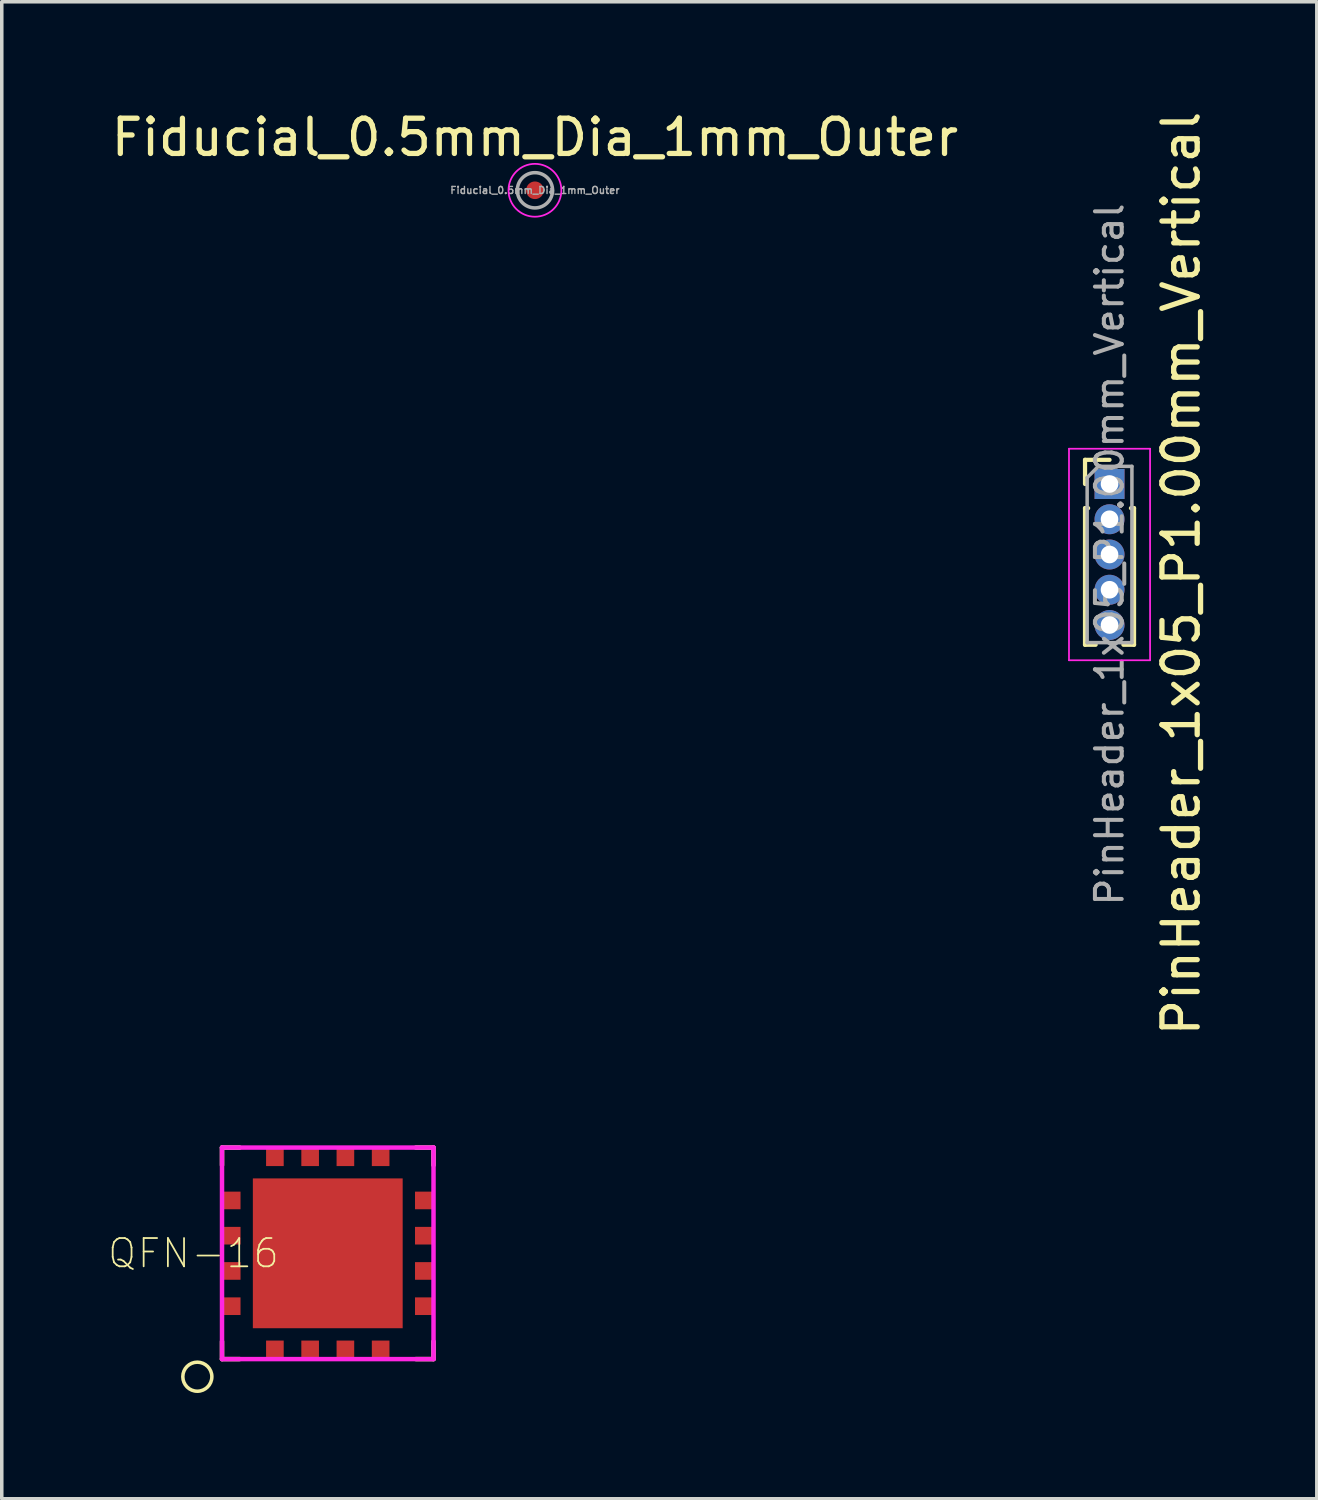
<source format=kicad_pcb>
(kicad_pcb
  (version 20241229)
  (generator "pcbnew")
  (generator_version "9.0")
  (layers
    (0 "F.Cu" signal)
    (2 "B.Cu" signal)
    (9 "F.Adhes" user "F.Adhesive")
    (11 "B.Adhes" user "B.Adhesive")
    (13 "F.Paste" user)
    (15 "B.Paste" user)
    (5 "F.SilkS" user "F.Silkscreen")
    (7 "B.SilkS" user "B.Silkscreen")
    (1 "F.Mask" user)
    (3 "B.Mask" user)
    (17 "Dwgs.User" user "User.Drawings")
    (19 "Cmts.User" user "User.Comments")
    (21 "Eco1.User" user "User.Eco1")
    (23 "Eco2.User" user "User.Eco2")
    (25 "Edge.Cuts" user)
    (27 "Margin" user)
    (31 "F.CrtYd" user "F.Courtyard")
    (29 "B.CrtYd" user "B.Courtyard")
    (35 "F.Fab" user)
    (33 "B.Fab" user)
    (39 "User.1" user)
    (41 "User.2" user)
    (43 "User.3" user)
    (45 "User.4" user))
  (footprint "Fiducial_0.5mm_Dia_1mm_Outer"
    (layer "F.Cu")
    (at 12.125 2.348)
    (property "Reference" "Fiducial_0.5mm_Dia_1mm_Outer" (at 0 -1.5 0) (layer "F.SilkS") (effects (font (size 1 1) (thickness 0.15))))
    (attr exclude_from_pos_files exclude_from_bom)
    (fp_circle (center 0 0) (end 0.75 0) (stroke (width 0.05) (type solid)) (fill no) (layer "F.CrtYd"))
    (fp_circle (center 0 0) (end 0.5 0) (stroke (width 0.1) (type solid)) (fill no) (layer "F.Fab"))
    (fp_text user "${REFERENCE}" (at 0 0 0) (layer "F.Fab") (effects (font (size 0.2 0.2) (thickness 0.04))))
    (pad "~" smd circle (at 0 0) (size 0.5 0.5) (layers "F.Cu" "F.Mask")))
  (footprint "QFN-16"
    (layer "F.Cu")
    (at 6.248 32.504)
    (property "Reference" "QFN-16" (at -3.81 0 0) (layer "F.SilkS") (effects (font (size 0.802 0.802) (thickness 0.05))))
    (attr smd)
    (fp_line (start -3 -3) (end -3 -2.5) (stroke (width 0.127) (type solid)) (layer "F.SilkS"))
    (fp_line (start -3 2.5) (end -3 3) (stroke (width 0.127) (type solid)) (layer "F.SilkS"))
    (fp_line (start -3 3) (end -2.5 3) (stroke (width 0.127) (type solid)) (layer "F.SilkS"))
    (fp_line (start -2.5 -3) (end -3 -3) (stroke (width 0.127) (type solid)) (layer "F.SilkS"))
    (fp_line (start 2.5 -3) (end 3 -3) (stroke (width 0.127) (type solid)) (layer "F.SilkS"))
    (fp_line (start 2.5 3) (end 3 3) (stroke (width 0.127) (type solid)) (layer "F.SilkS"))
    (fp_line (start 3 -3) (end 3 -2.5) (stroke (width 0.127) (type solid)) (layer "F.SilkS"))
    (fp_line (start 3 3) (end 3 2.5) (stroke (width 0.127) (type solid)) (layer "F.SilkS"))
    (fp_circle (center -3.7 3.5) (end -3.288 3.5) (stroke (width 0.1) (type solid)) (fill no) (layer "F.SilkS"))
    (fp_line (start -3 -3) (end 3 -3) (stroke (width 0.127) (type solid)) (layer "F.CrtYd"))
    (fp_line (start -3 3) (end -3 -3) (stroke (width 0.127) (type solid)) (layer "F.CrtYd"))
    (fp_line (start 3 -3) (end 3 3) (stroke (width 0.127) (type solid)) (layer "F.CrtYd"))
    (fp_line (start 3 3) (end -3 3) (stroke (width 0.127) (type solid)) (layer "F.CrtYd"))
    (pad "1" smd rect (at -1.5 2.75) (size 0.5 0.55) (layers "F.Cu" "F.Mask" "F.Paste"))
    (pad "2" smd rect (at -0.5 2.75) (size 0.5 0.55) (layers "F.Cu" "F.Mask" "F.Paste"))
    (pad "3" smd rect (at 0.5 2.75) (size 0.5 0.55) (layers "F.Cu" "F.Mask" "F.Paste"))
    (pad "4" smd rect (at 1.5 2.75) (size 0.5 0.55) (layers "F.Cu" "F.Mask" "F.Paste"))
    (pad "5" smd rect (at 2.75 1.5 90) (size 0.5 0.55) (layers "F.Cu" "F.Mask" "F.Paste"))
    (pad "6" smd rect (at 2.75 0.5 90) (size 0.5 0.55) (layers "F.Cu" "F.Mask" "F.Paste"))
    (pad "7" smd rect (at 2.75 -0.5 90) (size 0.5 0.55) (layers "F.Cu" "F.Mask" "F.Paste"))
    (pad "8" smd rect (at 2.75 -1.5 90) (size 0.5 0.55) (layers "F.Cu" "F.Mask" "F.Paste"))
    (pad "9" smd rect (at 1.5 -2.75 180) (size 0.5 0.55) (layers "F.Cu" "F.Mask" "F.Paste"))
    (pad "10" smd rect (at 0.5 -2.75 180) (size 0.5 0.55) (layers "F.Cu" "F.Mask" "F.Paste"))
    (pad "11" smd rect (at -0.5 -2.75 180) (size 0.5 0.55) (layers "F.Cu" "F.Mask" "F.Paste"))
    (pad "12" smd rect (at -1.5 -2.75 180) (size 0.5 0.55) (layers "F.Cu" "F.Mask" "F.Paste"))
    (pad "13" smd rect (at -2.75 -1.5 270) (size 0.5 0.55) (layers "F.Cu" "F.Mask" "F.Paste"))
    (pad "14" smd rect (at -2.75 -0.5 270) (size 0.5 0.55) (layers "F.Cu" "F.Mask" "F.Paste"))
    (pad "15" smd rect (at -2.75 0.5 270) (size 0.5 0.55) (layers "F.Cu" "F.Mask" "F.Paste"))
    (pad "16" smd rect (at -2.75 1.5 270) (size 0.5 0.55) (layers "F.Cu" "F.Mask" "F.Paste"))
    (pad "P1" smd rect (at 0 0) (size 4.25 4.25) (layers "F.Cu" "F.Mask" "F.Paste")))
  (footprint "PinHeader_1x05_P1.00mm_Vertical"
    (layer "F.Cu")
    (at 28.425 10.68)
    (property "Reference" "PinHeader_1x05_P1.00mm_Vertical" (at 2.032 2.54 90) (layer "F.SilkS") (effects (font (size 1 1) (thickness 0.15))))
    (attr through_hole)
    (fp_line (start -0.695 -0.685) (end 0 -0.685) (stroke (width 0.12) (type solid)) (layer "F.SilkS"))
    (fp_line (start -0.695 0) (end -0.695 -0.685) (stroke (width 0.12) (type solid)) (layer "F.SilkS"))
    (fp_line (start -0.695 0.685) (end -0.695 4.56) (stroke (width 0.12) (type solid)) (layer "F.SilkS"))
    (fp_line (start -0.695 0.685) (end -0.608 0.685) (stroke (width 0.12) (type solid)) (layer "F.SilkS"))
    (fp_line (start -0.695 4.56) (end -0.394 4.56) (stroke (width 0.12) (type solid)) (layer "F.SilkS"))
    (fp_line (start 0.394 4.56) (end 0.695 4.56) (stroke (width 0.12) (type solid)) (layer "F.SilkS"))
    (fp_line (start 0.608 0.685) (end 0.695 0.685) (stroke (width 0.12) (type solid)) (layer "F.SilkS"))
    (fp_line (start 0.695 0.685) (end 0.695 4.56) (stroke (width 0.12) (type solid)) (layer "F.SilkS"))
    (fp_line (start -1.15 -1) (end -1.15 5) (stroke (width 0.05) (type solid)) (layer "F.CrtYd"))
    (fp_line (start -1.15 5) (end 1.15 5) (stroke (width 0.05) (type solid)) (layer "F.CrtYd"))
    (fp_line (start 1.15 -1) (end -1.15 -1) (stroke (width 0.05) (type solid)) (layer "F.CrtYd"))
    (fp_line (start 1.15 5) (end 1.15 -1) (stroke (width 0.05) (type solid)) (layer "F.CrtYd"))
    (fp_line (start -0.635 -0.182) (end -0.318 -0.5) (stroke (width 0.1) (type solid)) (layer "F.Fab"))
    (fp_line (start -0.635 4.5) (end -0.635 -0.182) (stroke (width 0.1) (type solid)) (layer "F.Fab"))
    (fp_line (start -0.318 -0.5) (end 0.635 -0.5) (stroke (width 0.1) (type solid)) (layer "F.Fab"))
    (fp_line (start 0.635 -0.5) (end 0.635 4.5) (stroke (width 0.1) (type solid)) (layer "F.Fab"))
    (fp_line (start 0.635 4.5) (end -0.635 4.5) (stroke (width 0.1) (type solid)) (layer "F.Fab"))
    (fp_text user "${REFERENCE}" (at 0 2 90) (layer "F.Fab") (effects (font (size 0.76 0.76) (thickness 0.114))))
    (pad "1" thru_hole rect (at 0 0) (size 0.85 0.85) (drill 0.5) (layers "*.Cu" "*.Mask"))
    (pad "2" thru_hole oval (at 0 1) (size 0.85 0.85) (drill 0.5) (layers "*.Cu" "*.Mask"))
    (pad "3" thru_hole oval (at 0 2) (size 0.85 0.85) (drill 0.5) (layers "*.Cu" "*.Mask"))
    (pad "4" thru_hole oval (at 0 3) (size 0.85 0.85) (drill 0.5) (layers "*.Cu" "*.Mask"))
    (pad "5" thru_hole oval (at 0 4) (size 0.85 0.85) (drill 0.5) (layers "*.Cu" "*.Mask")))
  (gr_rect
    (start -3 -3)
    (end 34.305 39.466)
    (stroke (width 0.1) (type default))
    (fill no)
    (layer "Edge.Cuts")))
</source>
